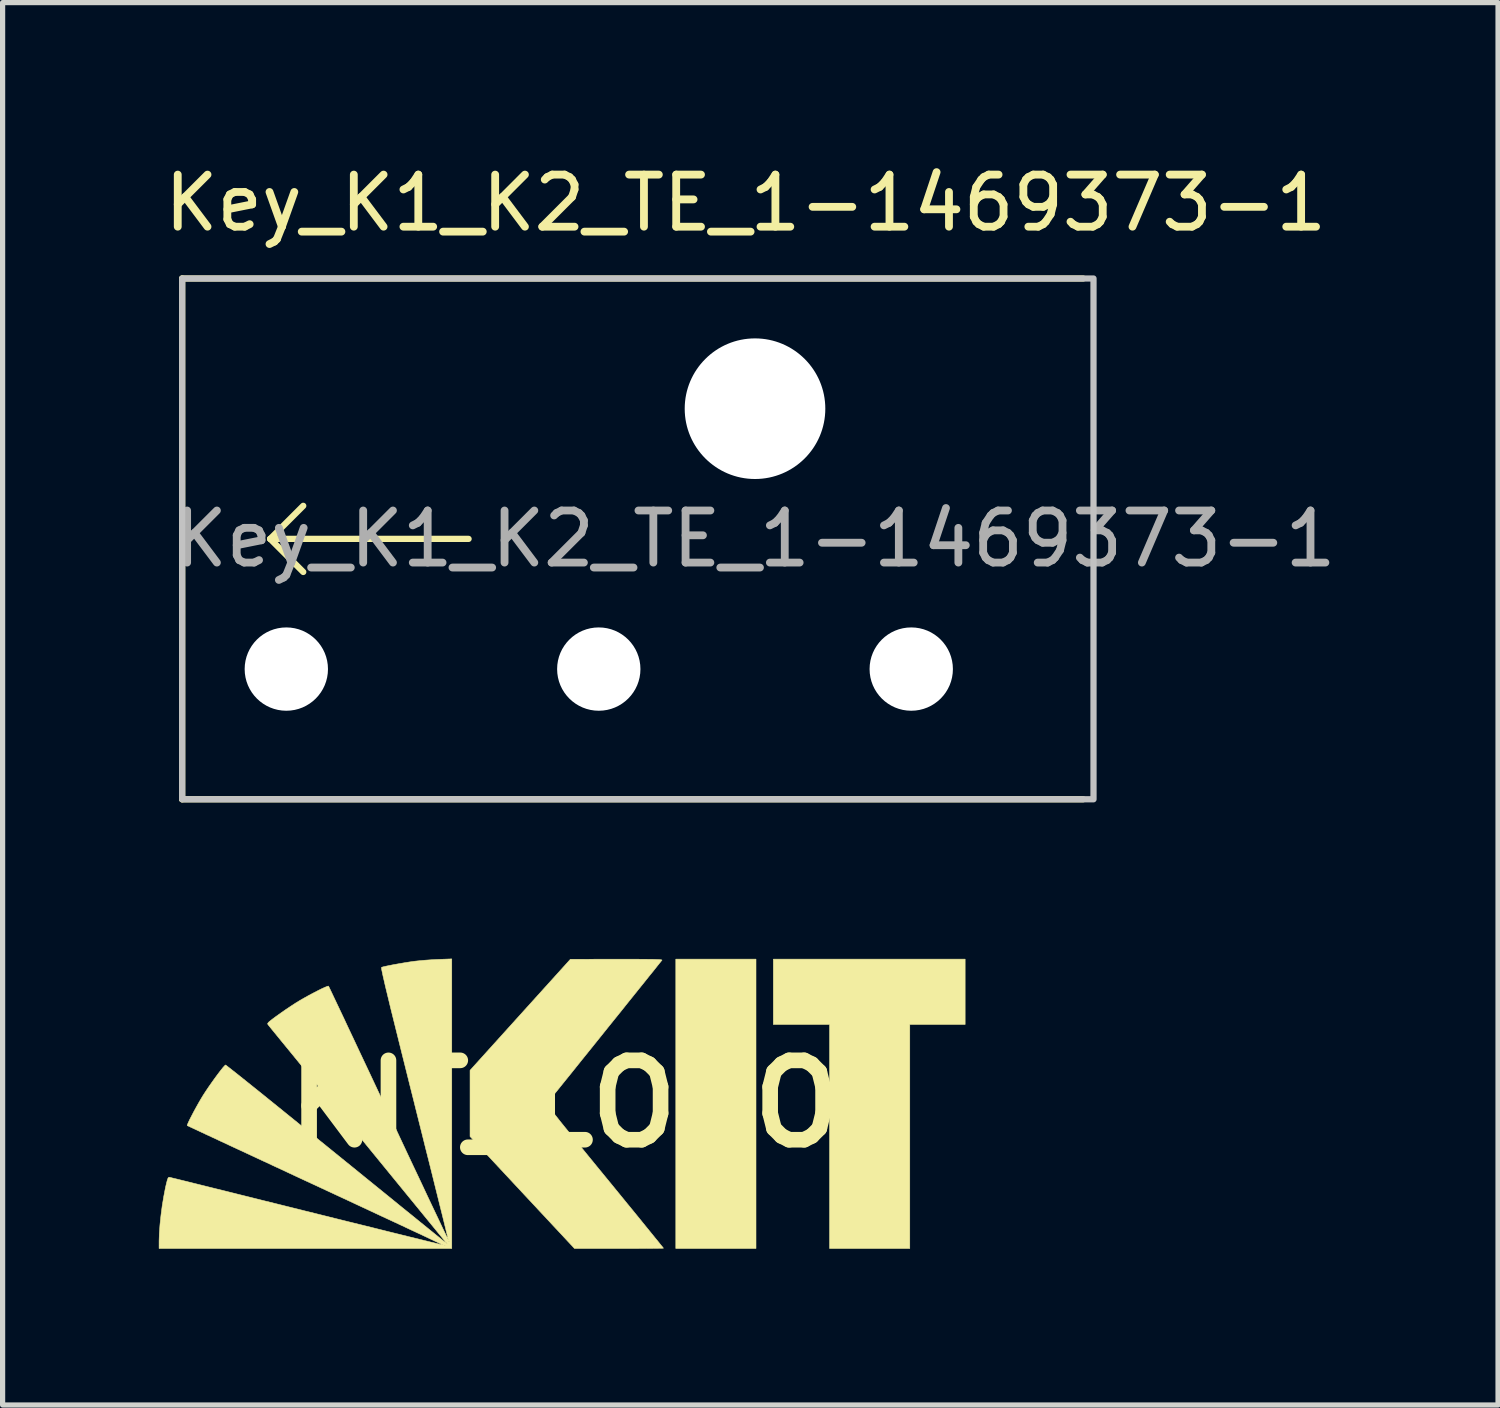
<source format=kicad_pcb>
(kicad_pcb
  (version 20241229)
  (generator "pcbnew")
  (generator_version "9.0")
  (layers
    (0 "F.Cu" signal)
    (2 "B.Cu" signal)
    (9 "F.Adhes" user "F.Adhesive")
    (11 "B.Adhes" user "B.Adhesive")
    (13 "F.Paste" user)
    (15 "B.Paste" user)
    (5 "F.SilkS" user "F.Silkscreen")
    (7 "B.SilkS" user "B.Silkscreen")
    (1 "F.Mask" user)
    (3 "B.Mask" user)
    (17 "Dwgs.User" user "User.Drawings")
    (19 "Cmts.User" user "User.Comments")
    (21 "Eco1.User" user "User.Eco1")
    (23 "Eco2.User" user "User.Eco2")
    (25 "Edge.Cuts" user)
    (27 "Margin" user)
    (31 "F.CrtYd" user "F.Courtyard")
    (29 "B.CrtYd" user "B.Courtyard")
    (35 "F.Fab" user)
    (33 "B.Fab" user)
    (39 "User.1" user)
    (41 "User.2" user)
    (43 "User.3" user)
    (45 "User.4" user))
  (footprint "Key_K1_K2_TE_1-1469373-1"
    (layer "F.Cu")
    (at 11.448 4.798)
    (property "Reference" "Key_K1_K2_TE_1-1469373-1" (at -0.18 -3.95 0) (unlocked yes) (layer "F.SilkS") (effects (font (size 1 1) (thickness 0.15))))
    (attr through_hole)
    (fp_line (start -11 -2.5) (end 6.3 -2.5) (stroke (width 0.12) (type solid)) (layer "F.SilkS"))
    (fp_line (start -11 7.5) (end -11 -2.5) (stroke (width 0.12) (type solid)) (layer "F.SilkS"))
    (fp_line (start -9.31 2.5) (end -8.675 1.865) (stroke (width 0.12) (type solid)) (layer "F.SilkS"))
    (fp_line (start -9.31 2.5) (end -8.675 3.135) (stroke (width 0.12) (type solid)) (layer "F.SilkS"))
    (fp_line (start -9.31 2.5) (end -5.5 2.5) (stroke (width 0.12) (type solid)) (layer "F.SilkS"))
    (fp_line (start 6.3 7.5) (end -11 7.5) (stroke (width 0.12) (type solid)) (layer "F.SilkS"))
    (fp_rect (start -11 -2.5) (end 6.5 7.5) (stroke (width 0.12) (type solid)) (fill no) (layer "Dwgs.User"))
    (fp_rect (start -11 -2.5) (end 6.5 7.5) (stroke (width 0.05) (type solid)) (fill no) (layer "F.CrtYd"))
    (fp_text user "${REFERENCE}" (at 0 2.5 0) (unlocked yes) (layer "F.Fab") (effects (font (size 1 1) (thickness 0.15))))
    (pad "" np_thru_hole circle (at -9 5) (size 1.6 1.6) (drill 1.6) (layers "*.Cu" "*.Mask"))
    (pad "" np_thru_hole circle (at -3 5) (size 1.6 1.6) (drill 1.6) (layers "*.Cu" "*.Mask"))
    (pad "" np_thru_hole circle (at 0 0) (size 2.7 2.7) (drill 2.7) (layers "*.Cu" "*.Mask"))
    (pad "" np_thru_hole circle (at 3 5) (size 1.6 1.6) (drill 1.6) (layers "*.Cu" "*.Mask")))
  (footprint "KIT_LOGO"
    (layer "F.Cu")
    (at 7.784 18.146)
    (property "Reference" "KIT_LOGO" (at 0 0 0) (layer "F.SilkS") (effects (font (size 1.524 1.524) (thickness 0.3))))
    (attr exclude_from_pos_files)
    (fp_poly (pts (xy 3.683 2.778) (xy 2.143 2.778) (xy 2.143 -2.778) (xy 3.683 -2.778) (xy 3.683 2.778)) (stroke (width 0.01) (type solid)) (fill yes) (layer "F.SilkS"))
    (fp_poly (pts (xy 7.699 -1.524) (xy 6.636 -1.524) (xy 6.636 2.778) (xy 5.096 2.778) (xy 5.096 -1.524) (xy 4.016 -1.524) (xy 4.016 -2.778) (xy 7.699 -2.778) (xy 7.699 -1.524)) (stroke (width 0.01) (type solid)) (fill yes) (layer "F.SilkS"))
    (fp_poly (pts (xy 1.369 -2.777) (xy 1.508 -2.776) (xy 1.621 -2.775) (xy 1.711 -2.774) (xy 1.779 -2.772) (xy 1.828 -2.77) (xy 1.859 -2.766) (xy 1.875 -2.763) (xy 1.878 -2.758) (xy 1.877 -2.758) (xy 1.861 -2.738) (xy 1.827 -2.696) (xy 1.777 -2.633) (xy 1.712 -2.551) (xy 1.633 -2.454) (xy 1.543 -2.341) (xy 1.442 -2.216) (xy 1.333 -2.08) (xy 1.217 -1.936) (xy 1.096 -1.784) (xy 0.97 -1.628) (xy 0.842 -1.469) (xy 0.714 -1.309) (xy 0.586 -1.15) (xy 0.46 -0.993) (xy 0.338 -0.842) (xy 0.222 -0.697) (xy 0.113 -0.561) (xy 0.012 -0.436) (xy -0.079 -0.323) (xy -0.158 -0.225) (xy -0.224 -0.143) (xy -0.275 -0.08) (xy -0.309 -0.037) (xy -0.326 -0.016) (xy -0.327 -0.015) (xy -0.329 -0.009) (xy -0.326 0.003) (xy -0.316 0.02) (xy -0.3 0.045) (xy -0.277 0.079) (xy -0.244 0.123) (xy -0.201 0.179) (xy -0.147 0.248) (xy -0.082 0.331) (xy -0.003 0.429) (xy 0.09 0.544) (xy 0.198 0.677) (xy 0.323 0.83) (xy 0.464 1.003) (xy 0.624 1.199) (xy 0.778 1.387) (xy 0.927 1.569) (xy 1.07 1.744) (xy 1.206 1.911) (xy 1.334 2.067) (xy 1.452 2.212) (xy 1.559 2.344) (xy 1.654 2.461) (xy 1.736 2.562) (xy 1.803 2.644) (xy 1.854 2.708) (xy 1.889 2.75) (xy 1.904 2.77) (xy 1.905 2.772) (xy 1.89 2.773) (xy 1.845 2.774) (xy 1.775 2.775) (xy 1.682 2.776) (xy 1.569 2.777) (xy 1.438 2.777) (xy 1.293 2.778) (xy 1.136 2.778) (xy 1.052 2.778) (xy 0.198 2.778) (xy -0.805 1.703) (xy -1.808 0.627) (xy -1.808 -0.643) (xy -0.845 -1.709) (xy 0.119 -2.776) (xy 1.006 -2.777) (xy 1.202 -2.777) (xy 1.369 -2.777)) (stroke (width 0.01) (type solid)) (fill yes) (layer "F.SilkS"))
    (fp_poly (pts (xy -2.159 -0.002) (xy -2.159 2.778) (xy -7.779 2.778) (xy -7.779 2.723) (xy -2.302 2.723) (xy -2.294 2.731) (xy -2.286 2.723) (xy -2.294 2.715) (xy -2.302 2.723) (xy -7.779 2.723) (xy -7.779 2.631) (xy -7.774 2.487) (xy -7.762 2.32) (xy -7.743 2.141) (xy -7.719 1.957) (xy -7.689 1.777) (xy -7.657 1.61) (xy -7.637 1.524) (xy -7.621 1.463) (xy -7.608 1.428) (xy -7.595 1.412) (xy -7.579 1.41) (xy -7.56 1.415) (xy -7.513 1.427) (xy -7.437 1.445) (xy -7.336 1.47) (xy -7.211 1.501) (xy -7.062 1.538) (xy -6.893 1.58) (xy -6.704 1.627) (xy -6.497 1.678) (xy -6.274 1.734) (xy -6.036 1.793) (xy -5.785 1.856) (xy -5.522 1.921) (xy -5.249 1.989) (xy -4.969 2.059) (xy -4.939 2.066) (xy -4.658 2.136) (xy -4.385 2.204) (xy -4.123 2.269) (xy -3.871 2.331) (xy -3.633 2.39) (xy -3.41 2.446) (xy -3.203 2.497) (xy -3.014 2.544) (xy -2.845 2.585) (xy -2.696 2.622) (xy -2.57 2.653) (xy -2.469 2.677) (xy -2.393 2.696) (xy -2.345 2.707) (xy -2.325 2.711) (xy -2.325 2.711) (xy -2.339 2.704) (xy -2.38 2.685) (xy -2.447 2.653) (xy -2.538 2.61) (xy -2.652 2.556) (xy -2.788 2.492) (xy -2.943 2.42) (xy -3.117 2.338) (xy -3.308 2.249) (xy -3.515 2.153) (xy -3.735 2.05) (xy -3.969 1.941) (xy -4.213 1.827) (xy -4.467 1.709) (xy -4.729 1.587) (xy -4.776 1.565) (xy -5.04 1.443) (xy -5.295 1.324) (xy -5.542 1.209) (xy -5.778 1.099) (xy -6.001 0.995) (xy -6.211 0.897) (xy -6.406 0.807) (xy -6.584 0.724) (xy -6.744 0.649) (xy -6.884 0.584) (xy -7.003 0.528) (xy -7.099 0.483) (xy -7.172 0.449) (xy -7.218 0.427) (xy -7.238 0.418) (xy -7.239 0.417) (xy -7.236 0.401) (xy -7.219 0.361) (xy -7.192 0.303) (xy -7.155 0.232) (xy -7.113 0.151) (xy -7.067 0.067) (xy -7.02 -0.017) (xy -6.974 -0.096) (xy -6.936 -0.159) (xy -6.887 -0.235) (xy -6.832 -0.317) (xy -6.772 -0.403) (xy -6.712 -0.487) (xy -6.654 -0.566) (xy -6.601 -0.635) (xy -6.557 -0.691) (xy -6.523 -0.729) (xy -6.504 -0.746) (xy -6.502 -0.746) (xy -6.488 -0.736) (xy -6.451 -0.707) (xy -6.392 -0.661) (xy -6.312 -0.598) (xy -6.214 -0.52) (xy -6.099 -0.428) (xy -5.968 -0.323) (xy -5.822 -0.206) (xy -5.664 -0.078) (xy -5.494 0.059) (xy -5.315 0.204) (xy -5.127 0.356) (xy -4.932 0.514) (xy -4.897 0.542) (xy -4.69 0.71) (xy -4.481 0.879) (xy -4.274 1.047) (xy -4.07 1.212) (xy -3.872 1.373) (xy -3.682 1.527) (xy -3.502 1.673) (xy -3.334 1.809) (xy -3.181 1.934) (xy -3.044 2.045) (xy -2.926 2.14) (xy -2.829 2.219) (xy -2.776 2.262) (xy -2.243 2.694) (xy -2.285 2.643) (xy -2.223 2.643) (xy -2.215 2.651) (xy -2.207 2.643) (xy -2.215 2.635) (xy -2.223 2.643) (xy -2.285 2.643) (xy -3.957 0.597) (xy -4.142 0.372) (xy -4.321 0.153) (xy -4.493 -0.058) (xy -4.658 -0.261) (xy -4.815 -0.452) (xy -4.962 -0.633) (xy -5.099 -0.8) (xy -5.224 -0.953) (xy -5.337 -1.091) (xy -5.436 -1.212) (xy -5.52 -1.315) (xy -5.588 -1.398) (xy -5.64 -1.462) (xy -5.673 -1.503) (xy -5.688 -1.521) (xy -5.689 -1.522) (xy -5.695 -1.542) (xy -5.677 -1.566) (xy -5.659 -1.582) (xy -5.601 -1.628) (xy -5.524 -1.685) (xy -5.434 -1.749) (xy -5.339 -1.815) (xy -5.246 -1.877) (xy -5.163 -1.931) (xy -5.156 -1.936) (xy -5.08 -1.982) (xy -4.995 -2.031) (xy -4.906 -2.081) (xy -4.817 -2.128) (xy -4.732 -2.172) (xy -4.656 -2.21) (xy -4.594 -2.238) (xy -4.549 -2.256) (xy -4.527 -2.261) (xy -4.526 -2.26) (xy -4.518 -2.245) (xy -4.497 -2.202) (xy -4.464 -2.133) (xy -4.42 -2.04) (xy -4.365 -1.924) (xy -4.3 -1.787) (xy -4.226 -1.631) (xy -4.144 -1.455) (xy -4.053 -1.263) (xy -3.956 -1.056) (xy -3.852 -0.835) (xy -3.742 -0.602) (xy -3.627 -0.357) (xy -3.508 -0.104) (xy -3.385 0.158) (xy -3.372 0.185) (xy -3.249 0.447) (xy -3.13 0.701) (xy -3.015 0.946) (xy -2.905 1.18) (xy -2.8 1.401) (xy -2.702 1.609) (xy -2.612 1.801) (xy -2.529 1.976) (xy -2.454 2.134) (xy -2.389 2.271) (xy -2.334 2.388) (xy -2.289 2.481) (xy -2.256 2.551) (xy -2.234 2.595) (xy -2.226 2.612) (xy -2.225 2.612) (xy -2.229 2.596) (xy -2.239 2.551) (xy -2.257 2.479) (xy -2.281 2.38) (xy -2.311 2.257) (xy -2.347 2.111) (xy -2.389 1.944) (xy -2.435 1.758) (xy -2.486 1.553) (xy -2.541 1.331) (xy -2.6 1.095) (xy -2.663 0.846) (xy -2.728 0.584) (xy -2.796 0.313) (xy -2.866 0.033) (xy -2.874 -0.00018) (xy -2.961 -0.346) (xy -3.04 -0.663) (xy -3.112 -0.951) (xy -3.177 -1.212) (xy -3.235 -1.446) (xy -3.287 -1.655) (xy -3.333 -1.84) (xy -3.372 -2.003) (xy -3.406 -2.143) (xy -3.435 -2.263) (xy -3.458 -2.364) (xy -3.477 -2.446) (xy -3.491 -2.511) (xy -3.501 -2.559) (xy -3.507 -2.593) (xy -3.509 -2.613) (xy -3.507 -2.62) (xy -3.482 -2.629) (xy -3.431 -2.641) (xy -3.359 -2.656) (xy -3.272 -2.673) (xy -3.176 -2.69) (xy -3.077 -2.707) (xy -2.978 -2.723) (xy -2.888 -2.736) (xy -2.865 -2.739) (xy -2.778 -2.748) (xy -2.671 -2.758) (xy -2.556 -2.766) (xy -2.446 -2.772) (xy -2.417 -2.773) (xy -2.159 -2.783) (xy -2.159 -0.002)) (stroke (width 0.01) (type solid)) (fill yes) (layer "F.SilkS")))
  (gr_rect
    (start -3 -3)
    (end 25.716 23.929)
    (stroke (width 0.1) (type default))
    (fill no)
    (layer "Edge.Cuts")))
</source>
